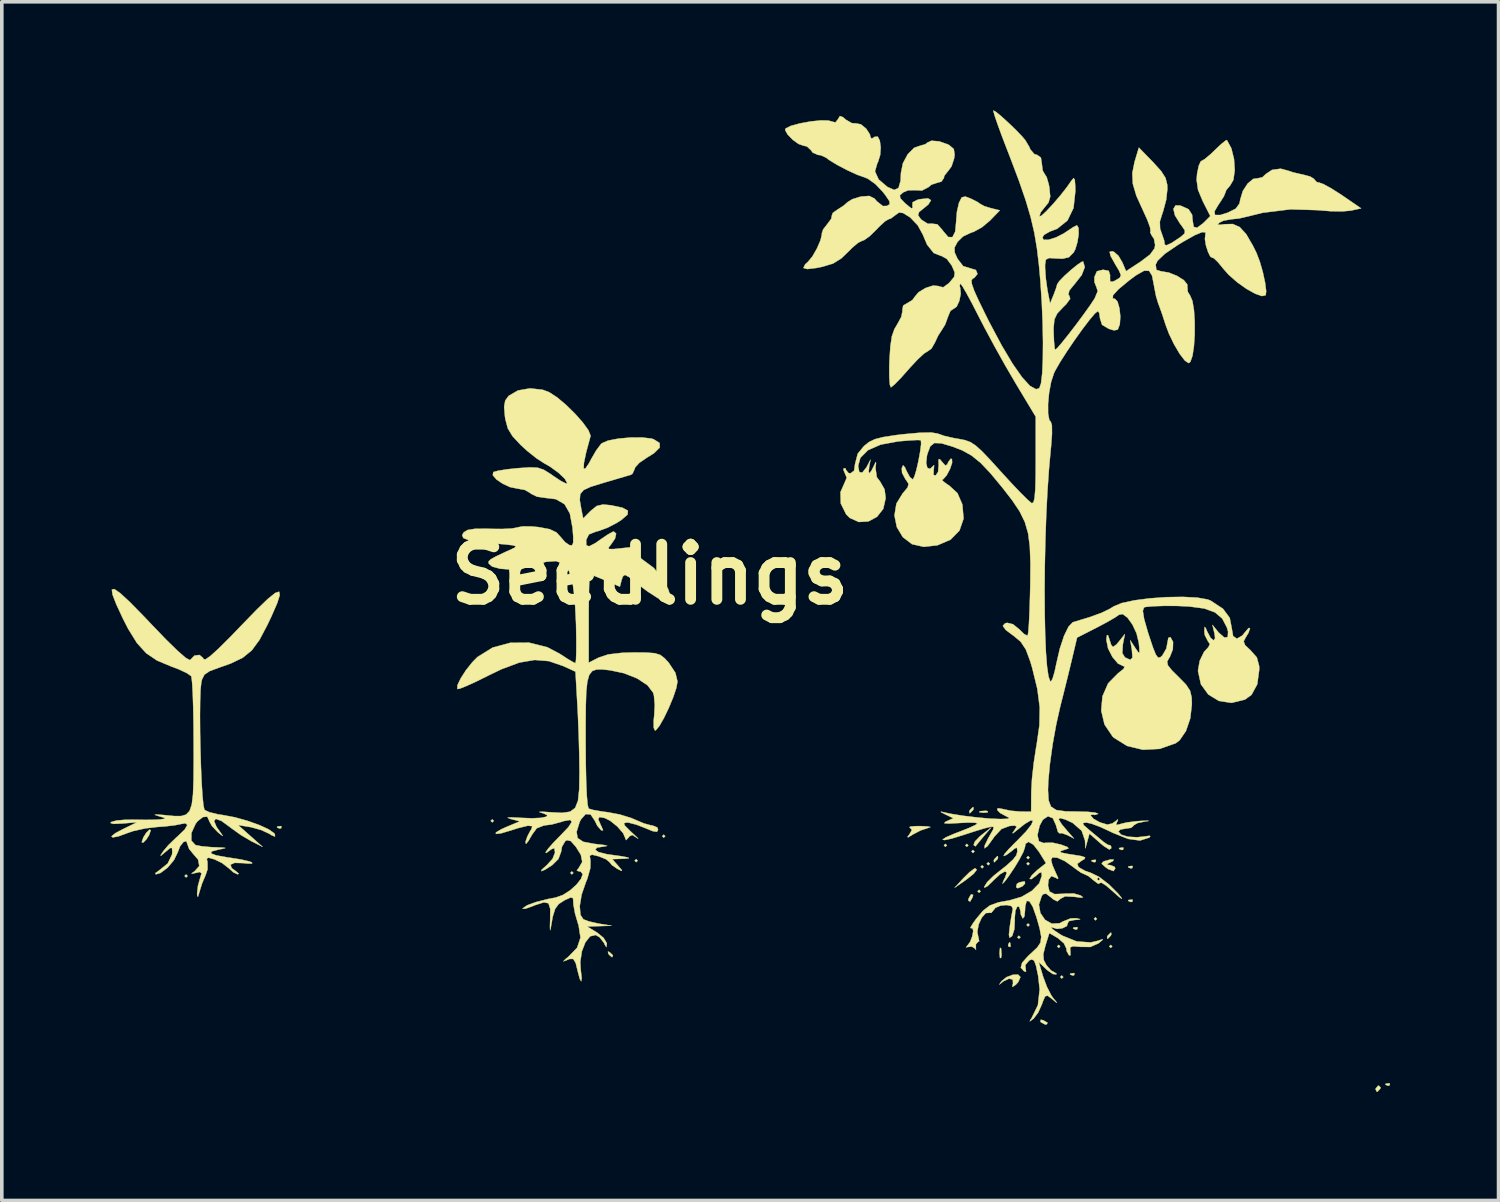
<source format=kicad_pcb>
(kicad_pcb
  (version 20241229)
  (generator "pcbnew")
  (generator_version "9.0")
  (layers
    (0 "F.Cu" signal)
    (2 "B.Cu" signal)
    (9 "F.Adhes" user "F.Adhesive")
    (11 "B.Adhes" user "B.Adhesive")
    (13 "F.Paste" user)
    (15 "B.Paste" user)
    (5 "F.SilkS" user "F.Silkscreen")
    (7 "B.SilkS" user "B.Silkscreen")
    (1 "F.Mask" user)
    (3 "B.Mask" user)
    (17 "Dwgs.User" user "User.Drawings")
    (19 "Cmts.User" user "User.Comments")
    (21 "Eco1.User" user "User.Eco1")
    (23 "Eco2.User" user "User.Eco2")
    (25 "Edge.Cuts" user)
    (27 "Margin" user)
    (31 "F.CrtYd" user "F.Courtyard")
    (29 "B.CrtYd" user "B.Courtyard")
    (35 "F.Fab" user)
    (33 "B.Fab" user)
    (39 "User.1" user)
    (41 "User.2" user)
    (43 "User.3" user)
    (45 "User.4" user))
  (footprint "Seedlings"
    (layer "F.Cu")
    (at 14.922 12.833)
    (property "Reference" "Seedlings" (at 0 0 0) (layer "F.SilkS") (effects (font (size 1.524 1.524) (thickness 0.3))))
    (attr through_hole)
    (fp_poly (pts (xy -12.785 8.34) (xy -12.827 8.382) (xy -12.869 8.34) (xy -12.827 8.297) (xy -12.785 8.34)) (stroke (width 0.01) (type solid)) (fill yes) (layer "F.SilkS"))
    (fp_poly (pts (xy -4.318 6.816) (xy -4.36 6.858) (xy -4.403 6.816) (xy -4.36 6.773) (xy -4.318 6.816)) (stroke (width 0.01) (type solid)) (fill yes) (layer "F.SilkS"))
    (fp_poly (pts (xy -2.117 8.255) (xy -2.159 8.297) (xy -2.201 8.255) (xy -2.159 8.213) (xy -2.117 8.255)) (stroke (width 0.01) (type solid)) (fill yes) (layer "F.SilkS"))
    (fp_poly (pts (xy -0.339 7.916) (xy -0.381 7.959) (xy -0.423 7.916) (xy -0.381 7.874) (xy -0.339 7.916)) (stroke (width 0.01) (type solid)) (fill yes) (layer "F.SilkS"))
    (fp_poly (pts (xy 0.423 7.239) (xy 0.381 7.281) (xy 0.339 7.239) (xy 0.381 7.197) (xy 0.423 7.239)) (stroke (width 0.01) (type solid)) (fill yes) (layer "F.SilkS"))
    (fp_poly (pts (xy 8.213 7.493) (xy 8.17 7.535) (xy 8.128 7.493) (xy 8.17 7.451) (xy 8.213 7.493)) (stroke (width 0.01) (type solid)) (fill yes) (layer "F.SilkS"))
    (fp_poly (pts (xy 8.805 7.493) (xy 8.763 7.535) (xy 8.721 7.493) (xy 8.763 7.451) (xy 8.805 7.493)) (stroke (width 0.01) (type solid)) (fill yes) (layer "F.SilkS"))
    (fp_poly (pts (xy 8.975 7.662) (xy 8.932 7.705) (xy 8.89 7.662) (xy 8.932 7.62) (xy 8.975 7.662)) (stroke (width 0.01) (type solid)) (fill yes) (layer "F.SilkS"))
    (fp_poly (pts (xy 9.144 8.763) (xy 9.102 8.805) (xy 9.059 8.763) (xy 9.102 8.721) (xy 9.144 8.763)) (stroke (width 0.01) (type solid)) (fill yes) (layer "F.SilkS"))
    (fp_poly (pts (xy 9.229 8.086) (xy 9.186 8.128) (xy 9.144 8.086) (xy 9.186 8.043) (xy 9.229 8.086)) (stroke (width 0.01) (type solid)) (fill yes) (layer "F.SilkS"))
    (fp_poly (pts (xy 9.398 8.001) (xy 9.356 8.043) (xy 9.313 8.001) (xy 9.356 7.959) (xy 9.398 8.001)) (stroke (width 0.01) (type solid)) (fill yes) (layer "F.SilkS"))
    (fp_poly (pts (xy 10.245 10.033) (xy 10.202 10.075) (xy 10.16 10.033) (xy 10.202 9.991) (xy 10.245 10.033)) (stroke (width 0.01) (type solid)) (fill yes) (layer "F.SilkS"))
    (fp_poly (pts (xy 10.499 7.832) (xy 10.456 7.874) (xy 10.414 7.832) (xy 10.456 7.789) (xy 10.499 7.832)) (stroke (width 0.01) (type solid)) (fill yes) (layer "F.SilkS"))
    (fp_poly (pts (xy 10.499 8.001) (xy 10.456 8.043) (xy 10.414 8.001) (xy 10.456 7.959) (xy 10.499 8.001)) (stroke (width 0.01) (type solid)) (fill yes) (layer "F.SilkS"))
    (fp_poly (pts (xy 10.499 9.694) (xy 10.456 9.737) (xy 10.414 9.694) (xy 10.456 9.652) (xy 10.499 9.694)) (stroke (width 0.01) (type solid)) (fill yes) (layer "F.SilkS"))
    (fp_poly (pts (xy 11.345 10.287) (xy 11.303 10.329) (xy 11.261 10.287) (xy 11.303 10.245) (xy 11.345 10.287)) (stroke (width 0.01) (type solid)) (fill yes) (layer "F.SilkS"))
    (fp_poly (pts (xy 11.43 11.134) (xy 11.388 11.176) (xy 11.345 11.134) (xy 11.388 11.091) (xy 11.43 11.134)) (stroke (width 0.01) (type solid)) (fill yes) (layer "F.SilkS"))
    (fp_poly (pts (xy 12.361 9.525) (xy 12.319 9.567) (xy 12.277 9.525) (xy 12.319 9.483) (xy 12.361 9.525)) (stroke (width 0.01) (type solid)) (fill yes) (layer "F.SilkS"))
    (fp_poly (pts (xy 12.785 10.287) (xy 12.742 10.329) (xy 12.7 10.287) (xy 12.742 10.245) (xy 12.785 10.287)) (stroke (width 0.01) (type solid)) (fill yes) (layer "F.SilkS"))
    (fp_poly (pts (xy -10.188 6.971) (xy -10.2 7.021) (xy -10.245 7.027) (xy -10.314 6.996) (xy -10.301 6.971) (xy -10.201 6.961) (xy -10.188 6.971)) (stroke (width 0.01) (type solid)) (fill yes) (layer "F.SilkS"))
    (fp_poly (pts (xy 9.335 6.548) (xy 9.345 6.579) (xy 9.229 6.591) (xy 9.108 6.577) (xy 9.123 6.548) (xy 9.296 6.537) (xy 9.335 6.548)) (stroke (width 0.01) (type solid)) (fill yes) (layer "F.SilkS"))
    (fp_poly (pts (xy 9.962 10.188) (xy 9.973 10.289) (xy 9.962 10.301) (xy 9.912 10.289) (xy 9.906 10.245) (xy 9.937 10.175) (xy 9.962 10.188)) (stroke (width 0.01) (type solid)) (fill yes) (layer "F.SilkS"))
    (fp_poly (pts (xy 11.74 11.035) (xy 11.729 11.085) (xy 11.684 11.091) (xy 11.614 11.06) (xy 11.628 11.035) (xy 11.728 11.025) (xy 11.74 11.035)) (stroke (width 0.01) (type solid)) (fill yes) (layer "F.SilkS"))
    (fp_poly (pts (xy 11.825 9.765) (xy 11.813 9.815) (xy 11.769 9.821) (xy 11.699 9.79) (xy 11.712 9.765) (xy 11.813 9.755) (xy 11.825 9.765)) (stroke (width 0.01) (type solid)) (fill yes) (layer "F.SilkS"))
    (fp_poly (pts (xy 12.333 7.902) (xy 12.321 7.953) (xy 12.277 7.959) (xy 12.207 7.928) (xy 12.22 7.902) (xy 12.321 7.892) (xy 12.333 7.902)) (stroke (width 0.01) (type solid)) (fill yes) (layer "F.SilkS"))
    (fp_poly (pts (xy 13.095 7.564) (xy 13.083 7.614) (xy 13.039 7.62) (xy 12.969 7.589) (xy 12.982 7.564) (xy 13.083 7.553) (xy 13.095 7.564)) (stroke (width 0.01) (type solid)) (fill yes) (layer "F.SilkS"))
    (fp_poly (pts (xy 13.349 8.072) (xy 13.337 8.122) (xy 13.293 8.128) (xy 13.223 8.097) (xy 13.236 8.072) (xy 13.337 8.061) (xy 13.349 8.072)) (stroke (width 0.01) (type solid)) (fill yes) (layer "F.SilkS"))
    (fp_poly (pts (xy 13.349 9.003) (xy 13.337 9.053) (xy 13.293 9.059) (xy 13.223 9.028) (xy 13.236 9.003) (xy 13.337 8.993) (xy 13.349 9.003)) (stroke (width 0.01) (type solid)) (fill yes) (layer "F.SilkS"))
    (fp_poly (pts (xy 20.461 14.083) (xy 20.449 14.133) (xy 20.405 14.139) (xy 20.335 14.108) (xy 20.348 14.083) (xy 20.449 14.073) (xy 20.461 14.083)) (stroke (width 0.01) (type solid)) (fill yes) (layer "F.SilkS"))
    (fp_poly (pts (xy -1.114 10.448) (xy -1.023 10.533) (xy -1.042 10.583) (xy -1.053 10.583) (xy -1.125 10.523) (xy -1.151 10.486) (xy -1.161 10.428) (xy -1.114 10.448)) (stroke (width 0.01) (type solid)) (fill yes) (layer "F.SilkS"))
    (fp_poly (pts (xy 8.937 8.862) (xy 8.922 8.928) (xy 8.854 9.047) (xy 8.81 9.027) (xy 8.805 8.98) (xy 8.867 8.865) (xy 8.889 8.848) (xy 8.937 8.862)) (stroke (width 0.01) (type solid)) (fill yes) (layer "F.SilkS"))
    (fp_poly (pts (xy 10.374 8.547) (xy 10.297 8.628) (xy 10.171 8.679) (xy 10.126 8.649) (xy 10.148 8.557) (xy 10.215 8.516) (xy 10.362 8.487) (xy 10.374 8.547)) (stroke (width 0.01) (type solid)) (fill yes) (layer "F.SilkS"))
    (fp_poly (pts (xy 10.875 12.329) (xy 10.994 12.397) (xy 10.974 12.442) (xy 10.927 12.446) (xy 10.812 12.385) (xy 10.796 12.362) (xy 10.809 12.314) (xy 10.875 12.329)) (stroke (width 0.01) (type solid)) (fill yes) (layer "F.SilkS"))
    (fp_poly (pts (xy -13.803 7.075) (xy -13.848 7.207) (xy -13.925 7.329) (xy -14.018 7.421) (xy -14.052 7.403) (xy -14.007 7.271) (xy -13.93 7.149) (xy -13.838 7.057) (xy -13.803 7.075)) (stroke (width 0.01) (type solid)) (fill yes) (layer "F.SilkS"))
    (fp_poly (pts (xy 8.948 6.489) (xy 8.932 6.519) (xy 8.853 6.6) (xy 8.838 6.604) (xy 8.832 6.549) (xy 8.848 6.519) (xy 8.927 6.438) (xy 8.942 6.435) (xy 8.948 6.489)) (stroke (width 0.01) (type solid)) (fill yes) (layer "F.SilkS"))
    (fp_poly (pts (xy 9.625 7.844) (xy 9.61 7.874) (xy 9.53 7.955) (xy 9.515 7.959) (xy 9.509 7.904) (xy 9.525 7.874) (xy 9.605 7.793) (xy 9.62 7.789) (xy 9.625 7.844)) (stroke (width 0.01) (type solid)) (fill yes) (layer "F.SilkS"))
    (fp_poly (pts (xy 9.706 10.338) (xy 9.711 10.352) (xy 9.723 10.537) (xy 9.708 10.606) (xy 9.68 10.609) (xy 9.668 10.476) (xy 9.669 10.456) (xy 9.681 10.325) (xy 9.706 10.338)) (stroke (width 0.01) (type solid)) (fill yes) (layer "F.SilkS"))
    (fp_poly (pts (xy 12.758 9.961) (xy 12.742 9.991) (xy 12.663 10.072) (xy 12.648 10.075) (xy 12.642 10.021) (xy 12.658 9.991) (xy 12.737 9.91) (xy 12.752 9.906) (xy 12.758 9.961)) (stroke (width 0.01) (type solid)) (fill yes) (layer "F.SilkS"))
    (fp_poly (pts (xy 20.206 14.191) (xy 20.193 14.224) (xy 20.117 14.305) (xy 20.103 14.309) (xy 20.067 14.243) (xy 20.066 14.224) (xy 20.131 14.143) (xy 20.156 14.139) (xy 20.206 14.191)) (stroke (width 0.01) (type solid)) (fill yes) (layer "F.SilkS"))
    (fp_poly (pts (xy 9.038 8.169) (xy 8.951 8.279) (xy 8.748 8.441) (xy 8.697 8.477) (xy 8.424 8.665) (xy 8.673 8.396) (xy 8.842 8.231) (xy 8.969 8.137) (xy 8.996 8.128) (xy 9.038 8.169)) (stroke (width 0.01) (type solid)) (fill yes) (layer "F.SilkS"))
    (fp_poly (pts (xy 9.229 7.244) (xy 9.09 7.41) (xy 9.01 7.51) (xy 9.004 7.52) (xy 8.961 7.492) (xy 8.952 7.477) (xy 8.986 7.387) (xy 9.121 7.247) (xy 9.176 7.201) (xy 9.44 6.995) (xy 9.229 7.244)) (stroke (width 0.01) (type solid)) (fill yes) (layer "F.SilkS"))
    (fp_poly (pts (xy 7.691 6.97) (xy 7.758 6.988) (xy 7.711 7.004) (xy 7.484 7.08) (xy 7.288 7.182) (xy 7.144 7.269) (xy 7.12 7.263) (xy 7.179 7.182) (xy 7.246 7.065) (xy 7.187 7.003) (xy 7.179 7) (xy 7.19 6.976) (xy 7.336 6.962) (xy 7.493 6.961) (xy 7.691 6.97)) (stroke (width 0.01) (type solid)) (fill yes) (layer "F.SilkS"))
    (fp_poly (pts (xy 12.824 7.886) (xy 12.805 7.926) (xy 12.742 7.959) (xy 12.633 8.015) (xy 12.677 8.035) (xy 12.721 8.037) (xy 12.847 8.083) (xy 12.869 8.128) (xy 12.819 8.205) (xy 12.671 8.149) (xy 12.592 8.093) (xy 12.491 8) (xy 12.529 7.947) (xy 12.577 7.926) (xy 12.735 7.883) (xy 12.824 7.886)) (stroke (width 0.01) (type solid)) (fill yes) (layer "F.SilkS"))
    (fp_poly (pts (xy 10.245 11.134) (xy 10.245 11.135) (xy 10.185 11.272) (xy 10.116 11.347) (xy 10.024 11.409) (xy 10.03 11.342) (xy 10.04 11.315) (xy 10.034 11.203) (xy 9.93 11.179) (xy 9.776 11.25) (xy 9.737 11.282) (xy 9.661 11.343) (xy 9.696 11.284) (xy 9.722 11.249) (xy 9.859 11.137) (xy 10.032 11.072) (xy 10.18 11.066) (xy 10.245 11.134)) (stroke (width 0.01) (type solid)) (fill yes) (layer "F.SilkS"))
    (fp_poly (pts (xy -14.649 0.518) (xy -14.39 0.757) (xy -14.029 1.124) (xy -13.805 1.359) (xy -13.383 1.799) (xy -13.059 2.115) (xy -12.838 2.307) (xy -12.722 2.37) (xy -12.705 2.36) (xy -12.597 2.246) (xy -12.455 2.228) (xy -12.355 2.313) (xy -12.347 2.341) (xy -12.293 2.353) (xy -12.154 2.256) (xy -11.922 2.046) (xy -11.591 1.716) (xy -11.282 1.395) (xy -10.871 0.972) (xy -10.566 0.678) (xy -10.361 0.513) (xy -10.253 0.478) (xy -10.236 0.572) (xy -10.307 0.796) (xy -10.461 1.15) (xy -10.582 1.404) (xy -10.798 1.813) (xy -11.009 2.1) (xy -11.259 2.304) (xy -11.594 2.465) (xy -11.914 2.578) (xy -12.176 2.675) (xy -12.319 2.772) (xy -12.388 2.908) (xy -12.406 2.99) (xy -12.427 3.192) (xy -12.438 3.51) (xy -12.442 3.915) (xy -12.439 4.374) (xy -12.429 4.856) (xy -12.415 5.33) (xy -12.396 5.763) (xy -12.373 6.126) (xy -12.347 6.385) (xy -12.319 6.51) (xy -12.316 6.514) (xy -12.185 6.576) (xy -11.951 6.633) (xy -11.808 6.655) (xy -11.482 6.716) (xy -11.134 6.813) (xy -10.807 6.929) (xy -10.545 7.049) (xy -10.391 7.157) (xy -10.372 7.186) (xy -10.368 7.251) (xy -10.463 7.212) (xy -10.527 7.171) (xy -10.748 7.069) (xy -11.022 6.992) (xy -11.058 6.986) (xy -11.388 6.932) (xy -11.049 7.233) (xy -10.71 7.534) (xy -11.023 7.377) (xy -11.307 7.21) (xy -11.58 7.014) (xy -11.601 6.997) (xy -11.849 6.817) (xy -12.004 6.76) (xy -12.053 6.819) (xy -11.983 6.985) (xy -11.862 7.154) (xy -11.81 7.232) (xy -11.874 7.192) (xy -11.96 7.118) (xy -12.114 6.954) (xy -12.19 6.816) (xy -12.192 6.801) (xy -12.242 6.699) (xy -12.361 6.71) (xy -12.505 6.822) (xy -12.563 6.897) (xy -12.679 7.151) (xy -12.681 7.36) (xy -12.569 7.483) (xy -12.566 7.484) (xy -12.403 7.517) (xy -12.15 7.541) (xy -12.037 7.546) (xy -11.809 7.555) (xy -11.739 7.566) (xy -11.817 7.588) (xy -11.938 7.611) (xy -12.12 7.661) (xy -12.137 7.715) (xy -11.991 7.77) (xy -11.686 7.825) (xy -11.594 7.838) (xy -11.312 7.883) (xy -11.088 7.934) (xy -11.007 7.964) (xy -11 7.995) (xy -11.132 7.996) (xy -11.239 7.984) (xy -11.485 7.977) (xy -11.599 8.027) (xy -11.566 8.122) (xy -11.451 8.206) (xy -11.37 8.274) (xy -11.396 8.295) (xy -11.518 8.24) (xy -11.637 8.133) (xy -11.828 7.984) (xy -12.036 7.882) (xy -12.205 7.833) (xy -12.255 7.863) (xy -12.234 7.958) (xy -12.233 8.156) (xy -12.287 8.315) (xy -12.385 8.547) (xy -12.452 8.763) (xy -12.495 8.91) (xy -12.517 8.897) (xy -12.522 8.832) (xy -12.498 8.61) (xy -12.446 8.424) (xy -12.399 8.269) (xy -12.445 8.23) (xy -12.552 8.253) (xy -12.676 8.281) (xy -12.649 8.248) (xy -12.594 8.213) (xy -12.461 8.063) (xy -12.494 7.886) (xy -12.615 7.747) (xy -12.743 7.59) (xy -12.785 7.473) (xy -12.819 7.375) (xy -12.9 7.4) (xy -12.993 7.52) (xy -13.057 7.684) (xy -13.163 7.903) (xy -13.339 8.111) (xy -13.535 8.257) (xy -13.664 8.295) (xy -13.677 8.261) (xy -13.589 8.2) (xy -13.334 7.994) (xy -13.214 7.744) (xy -13.208 7.675) (xy -13.216 7.564) (xy -13.269 7.568) (xy -13.393 7.67) (xy -13.519 7.778) (xy -13.532 7.769) (xy -13.456 7.653) (xy -13.312 7.483) (xy -13.108 7.285) (xy -13.06 7.243) (xy -12.866 7.057) (xy -12.792 6.93) (xy -12.843 6.881) (xy -12.961 6.902) (xy -13.142 6.938) (xy -13.42 6.97) (xy -13.619 6.984) (xy -13.959 7.024) (xy -14.287 7.097) (xy -14.427 7.145) (xy -14.698 7.244) (xy -14.856 7.274) (xy -14.889 7.242) (xy -14.782 7.156) (xy -14.605 7.061) (xy -14.182 6.854) (xy -14.595 6.889) (xy -14.836 6.899) (xy -14.917 6.874) (xy -14.892 6.846) (xy -14.748 6.806) (xy -14.496 6.784) (xy -14.266 6.783) (xy -13.952 6.788) (xy -13.677 6.784) (xy -13.547 6.776) (xy -13.412 6.757) (xy -13.425 6.732) (xy -13.589 6.683) (xy -13.693 6.648) (xy -13.642 6.639) (xy -13.43 6.655) (xy -13.406 6.658) (xy -13.157 6.682) (xy -12.967 6.683) (xy -12.828 6.643) (xy -12.731 6.543) (xy -12.669 6.362) (xy -12.635 6.082) (xy -12.62 5.684) (xy -12.616 5.148) (xy -12.617 4.717) (xy -12.62 4.178) (xy -12.629 3.694) (xy -12.642 3.291) (xy -12.659 2.996) (xy -12.678 2.835) (xy -12.684 2.816) (xy -12.795 2.735) (xy -13.016 2.63) (xy -13.252 2.54) (xy -13.631 2.381) (xy -13.931 2.178) (xy -14.185 1.898) (xy -14.428 1.506) (xy -14.579 1.21) (xy -14.758 0.824) (xy -14.86 0.56) (xy -14.879 0.42) (xy -14.81 0.406) (xy -14.649 0.518)) (stroke (width 0.01) (type solid)) (fill yes) (layer "F.SilkS"))
    (fp_poly (pts (xy -2.966 -5.105) (xy -2.787 -5.038) (xy -2.568 -4.896) (xy -2.318 -4.686) (xy -2.07 -4.442) (xy -1.853 -4.196) (xy -1.7 -3.984) (xy -1.642 -3.837) (xy -1.644 -3.819) (xy -1.762 -3.382) (xy -1.825 -3.084) (xy -1.833 -2.93) (xy -1.787 -2.924) (xy -1.686 -3.072) (xy -1.621 -3.194) (xy -1.488 -3.424) (xy -1.36 -3.596) (xy -1.328 -3.627) (xy -1.157 -3.7) (xy -0.875 -3.754) (xy -0.543 -3.784) (xy -0.218 -3.786) (xy 0.04 -3.756) (xy 0.104 -3.736) (xy 0.267 -3.633) (xy 0.271 -3.507) (xy 0.114 -3.352) (xy -0.089 -3.225) (xy -0.291 -3.087) (xy -0.41 -2.956) (xy -0.423 -2.913) (xy -0.484 -2.781) (xy -0.529 -2.754) (xy -0.657 -2.716) (xy -0.9 -2.644) (xy -1.211 -2.553) (xy -1.291 -2.529) (xy -1.631 -2.425) (xy -1.834 -2.332) (xy -1.928 -2.219) (xy -1.94 -2.053) (xy -1.897 -1.801) (xy -1.846 -1.548) (xy -1.637 -1.758) (xy -1.471 -1.892) (xy -1.296 -1.933) (xy -1.082 -1.912) (xy -0.763 -1.845) (xy -0.61 -1.764) (xy -0.617 -1.657) (xy -0.781 -1.512) (xy -0.91 -1.428) (xy -1.172 -1.291) (xy -1.428 -1.198) (xy -1.482 -1.186) (xy -1.686 -1.107) (xy -1.763 -0.953) (xy -1.76 -0.807) (xy -1.683 -0.776) (xy -1.514 -0.862) (xy -1.355 -0.974) (xy -1.161 -1.105) (xy -1.024 -1.179) (xy -1 -1.185) (xy -0.934 -1.128) (xy -0.965 -0.99) (xy -1.074 -0.83) (xy -1.144 -0.743) (xy -1.131 -0.702) (xy -1.009 -0.7) (xy -0.749 -0.727) (xy -0.725 -0.73) (xy -0.452 -0.758) (xy -0.312 -0.754) (xy -0.27 -0.709) (xy -0.288 -0.62) (xy -0.284 -0.468) (xy -0.137 -0.359) (xy 0.104 -0.181) (xy 0.335 0.097) (xy 0.507 0.412) (xy 0.562 0.59) (xy 0.581 0.769) (xy 0.551 0.837) (xy 0.542 0.835) (xy 0.261 0.683) (xy -0.065 0.473) (xy -0.354 0.257) (xy -0.384 0.233) (xy -0.583 0.07) (xy -0.693 0.014) (xy -0.752 0.06) (xy -0.787 0.17) (xy -0.831 0.339) (xy -1.227 0.17) (xy -1.459 0.073) (xy -1.619 0.011) (xy -1.658 0) (xy -1.671 0.08) (xy -1.681 0.299) (xy -1.689 0.628) (xy -1.693 1.036) (xy -1.693 1.221) (xy -1.693 2.442) (xy -1.418 2.301) (xy -1.152 2.213) (xy -0.767 2.168) (xy -0.438 2.159) (xy -0.09 2.162) (xy 0.135 2.18) (xy 0.284 2.226) (xy 0.401 2.315) (xy 0.515 2.436) (xy 0.705 2.723) (xy 0.762 2.963) (xy 0.729 3.144) (xy 0.642 3.402) (xy 0.522 3.69) (xy 0.389 3.967) (xy 0.264 4.187) (xy 0.165 4.308) (xy 0.14 4.318) (xy 0.105 4.242) (xy 0.103 4.047) (xy 0.118 3.904) (xy 0.134 3.611) (xy 0.111 3.352) (xy 0.09 3.273) (xy -0.067 3.066) (xy -0.351 2.878) (xy -0.719 2.732) (xy -1.105 2.651) (xy -1.315 2.628) (xy -1.476 2.629) (xy -1.595 2.673) (xy -1.678 2.778) (xy -1.731 2.965) (xy -1.761 3.251) (xy -1.774 3.657) (xy -1.778 4.201) (xy -1.778 4.62) (xy -1.774 5.223) (xy -1.763 5.728) (xy -1.746 6.116) (xy -1.723 6.371) (xy -1.696 6.475) (xy -1.695 6.476) (xy -1.569 6.514) (xy -1.336 6.555) (xy -1.166 6.577) (xy -0.836 6.639) (xy -0.517 6.737) (xy -0.406 6.785) (xy -0.167 6.886) (xy 0.032 6.94) (xy 0.067 6.943) (xy 0.199 6.994) (xy 0.226 7.059) (xy 0.194 7.118) (xy 0.077 7.1) (xy -0.12 7.019) (xy -0.372 6.921) (xy -0.585 6.866) (xy -0.635 6.861) (xy -0.718 6.878) (xy -0.696 6.944) (xy -0.556 7.086) (xy -0.504 7.134) (xy -0.363 7.266) (xy -0.323 7.311) (xy -0.361 7.285) (xy -0.49 7.205) (xy -0.569 7.245) (xy -0.597 7.285) (xy -0.662 7.349) (xy -0.676 7.307) (xy -0.742 7.154) (xy -0.902 6.971) (xy -1.1 6.812) (xy -1.249 6.737) (xy -1.398 6.709) (xy -1.429 6.772) (xy -1.351 6.95) (xy -1.346 6.958) (xy -1.295 7.078) (xy -1.341 7.078) (xy -1.351 7.072) (xy -1.456 6.95) (xy -1.527 6.807) (xy -1.641 6.638) (xy -1.777 6.628) (xy -1.909 6.777) (xy -1.945 6.851) (xy -2.028 7.118) (xy -2.001 7.29) (xy -1.845 7.394) (xy -1.541 7.451) (xy -1.481 7.458) (xy -1.264 7.484) (xy -1.18 7.507) (xy -1.247 7.521) (xy -1.249 7.521) (xy -1.46 7.554) (xy -1.515 7.612) (xy -1.425 7.678) (xy -1.198 7.736) (xy -1.122 7.747) (xy -0.784 7.794) (xy -0.606 7.828) (xy -0.579 7.849) (xy -0.695 7.862) (xy -0.754 7.864) (xy -1.042 7.874) (xy -0.881 8.056) (xy -0.774 8.181) (xy -0.784 8.2) (xy -0.903 8.141) (xy -1.056 8.035) (xy -1.114 7.96) (xy -1.208 7.88) (xy -1.398 7.802) (xy -1.418 7.795) (xy -1.601 7.751) (xy -1.664 7.781) (xy -1.646 7.906) (xy -1.644 7.915) (xy -1.649 8.126) (xy -1.73 8.413) (xy -1.771 8.512) (xy -1.89 8.857) (xy -1.941 9.172) (xy -1.921 9.416) (xy -1.841 9.538) (xy -1.694 9.594) (xy -1.46 9.648) (xy -1.397 9.66) (xy -1.058 9.715) (xy -1.397 9.726) (xy -1.736 9.737) (xy -1.46 9.905) (xy -1.282 10.051) (xy -1.193 10.197) (xy -1.191 10.222) (xy -1.205 10.308) (xy -1.248 10.242) (xy -1.268 10.193) (xy -1.395 10.031) (xy -1.505 9.971) (xy -1.654 10.009) (xy -1.785 10.174) (xy -1.882 10.423) (xy -1.926 10.715) (xy -1.914 10.93) (xy -1.887 11.166) (xy -1.9 11.253) (xy -1.94 11.185) (xy -1.993 10.986) (xy -2.054 10.741) (xy -2.121 10.634) (xy -2.223 10.634) (xy -2.312 10.672) (xy -2.395 10.701) (xy -2.337 10.639) (xy -2.258 10.576) (xy -2.012 10.322) (xy -1.92 10.043) (xy -1.973 9.701) (xy -1.993 9.644) (xy -2.071 9.375) (xy -2.114 9.139) (xy -2.117 9.089) (xy -2.126 8.956) (xy -2.187 8.932) (xy -2.344 9.003) (xy -2.369 9.016) (xy -2.522 9.115) (xy -2.621 9.249) (xy -2.688 9.463) (xy -2.743 9.779) (xy -2.759 9.84) (xy -2.765 9.751) (xy -2.759 9.546) (xy -2.757 9.247) (xy -2.805 9.095) (xy -2.932 9.068) (xy -3.169 9.144) (xy -3.266 9.183) (xy -3.441 9.244) (xy -3.519 9.245) (xy -3.516 9.232) (xy -3.393 9.149) (xy -3.144 9.059) (xy -2.812 8.975) (xy -2.609 8.937) (xy -2.408 8.866) (xy -2.206 8.736) (xy -2.03 8.578) (xy -1.906 8.419) (xy -1.859 8.29) (xy -1.915 8.218) (xy -1.964 8.213) (xy -2.023 8.188) (xy -1.964 8.111) (xy -1.872 7.95) (xy -1.91 7.754) (xy -2.047 7.534) (xy -2.189 7.374) (xy -2.296 7.349) (xy -2.343 7.378) (xy -2.433 7.532) (xy -2.455 7.667) (xy -2.531 7.87) (xy -2.701 8.038) (xy -2.897 8.164) (xy -3.002 8.208) (xy -2.995 8.169) (xy -2.86 8.047) (xy -2.848 8.037) (xy -2.693 7.866) (xy -2.625 7.694) (xy -2.625 7.688) (xy -2.644 7.57) (xy -2.726 7.6) (xy -2.752 7.62) (xy -2.869 7.705) (xy -2.886 7.686) (xy -2.815 7.585) (xy -2.672 7.422) (xy -2.487 7.233) (xy -2.255 6.99) (xy -2.161 6.844) (xy -2.203 6.789) (xy -2.381 6.821) (xy -2.464 6.848) (xy -2.715 6.915) (xy -2.931 6.943) (xy -3.13 7.02) (xy -3.26 7.197) (xy -3.358 7.368) (xy -3.424 7.45) (xy -3.429 7.451) (xy -3.438 7.388) (xy -3.389 7.246) (xy -3.308 7.091) (xy -3.278 7.048) (xy -3.254 6.961) (xy -3.377 6.95) (xy -3.65 7.017) (xy -3.842 7.079) (xy -4.117 7.16) (xy -4.259 7.176) (xy -4.259 7.136) (xy -4.108 7.047) (xy -3.962 6.981) (xy -3.598 6.829) (xy -3.852 6.762) (xy -3.937 6.729) (xy -3.856 6.718) (xy -3.608 6.73) (xy -3.58 6.732) (xy -3.258 6.744) (xy -3.012 6.732) (xy -2.865 6.701) (xy -2.838 6.657) (xy -2.954 6.605) (xy -3.006 6.592) (xy -3.063 6.568) (xy -2.972 6.563) (xy -2.752 6.577) (xy -2.746 6.578) (xy -2.428 6.594) (xy -2.208 6.562) (xy -2.068 6.458) (xy -1.989 6.258) (xy -1.955 5.937) (xy -1.948 5.476) (xy -1.954 5.001) (xy -1.969 4.446) (xy -1.991 3.899) (xy -2.004 3.652) (xy -2.059 2.689) (xy -2.405 2.532) (xy -2.796 2.398) (xy -3.187 2.366) (xy -3.611 2.438) (xy -4.103 2.621) (xy -4.458 2.792) (xy -4.794 2.959) (xy -5.073 3.086) (xy -5.261 3.16) (xy -5.325 3.17) (xy -5.323 3.065) (xy -5.234 2.877) (xy -5.087 2.649) (xy -4.909 2.426) (xy -4.768 2.284) (xy -4.351 2.024) (xy -3.862 1.892) (xy -3.344 1.888) (xy -2.839 2.014) (xy -2.494 2.195) (xy -2.273 2.339) (xy -2.112 2.433) (xy -2.06 2.455) (xy -2.045 2.376) (xy -2.037 2.158) (xy -2.036 1.834) (xy -2.042 1.433) (xy -2.045 1.332) (xy -2.077 0.708) (xy -2.137 0.239) (xy -2.237 -0.087) (xy -2.386 -0.285) (xy -2.597 -0.368) (xy -2.877 -0.347) (xy -3.24 -0.238) (xy -3.285 -0.221) (xy -3.556 -0.155) (xy -3.861 -0.135) (xy -4.147 -0.157) (xy -4.365 -0.217) (xy -4.461 -0.303) (xy -4.461 -0.357) (xy -4.404 -0.416) (xy -4.259 -0.497) (xy -4 -0.619) (xy -3.852 -0.685) (xy -3.736 -0.741) (xy -3.709 -0.779) (xy -3.794 -0.805) (xy -4.01 -0.83) (xy -4.276 -0.852) (xy -4.717 -0.895) (xy -5.006 -0.944) (xy -5.159 -1.005) (xy -5.193 -1.084) (xy -5.151 -1.16) (xy -5.044 -1.227) (xy -4.844 -1.26) (xy -4.518 -1.263) (xy -4.407 -1.259) (xy -4.084 -1.256) (xy -3.821 -1.269) (xy -3.669 -1.296) (xy -3.66 -1.301) (xy -3.521 -1.327) (xy -3.278 -1.326) (xy -3.084 -1.308) (xy -2.772 -1.25) (xy -2.581 -1.158) (xy -2.488 -1.055) (xy -2.344 -0.89) (xy -2.227 -0.81) (xy -2.155 -0.802) (xy -2.122 -0.873) (xy -2.122 -1.055) (xy -2.14 -1.284) (xy -2.214 -1.683) (xy -2.361 -1.941) (xy -2.598 -2.079) (xy -2.889 -2.115) (xy -3.123 -2.149) (xy -3.29 -2.231) (xy -3.302 -2.244) (xy -3.458 -2.335) (xy -3.672 -2.374) (xy -3.867 -2.413) (xy -4.071 -2.507) (xy -4.245 -2.626) (xy -4.345 -2.743) (xy -4.331 -2.828) (xy -4.327 -2.831) (xy -4.2 -2.866) (xy -3.957 -2.905) (xy -3.648 -2.938) (xy -3.638 -2.938) (xy -3.318 -2.96) (xy -3.105 -2.95) (xy -2.935 -2.893) (xy -2.747 -2.776) (xy -2.664 -2.717) (xy -2.459 -2.581) (xy -2.322 -2.514) (xy -2.286 -2.52) (xy -2.353 -2.643) (xy -2.525 -2.807) (xy -2.756 -2.976) (xy -2.93 -3.076) (xy -3.137 -3.21) (xy -3.393 -3.414) (xy -3.573 -3.578) (xy -3.802 -3.824) (xy -3.931 -4.039) (xy -3.998 -4.291) (xy -4.009 -4.362) (xy -4.032 -4.636) (xy -4.001 -4.808) (xy -3.908 -4.935) (xy -3.652 -5.085) (xy -3.316 -5.144) (xy -2.966 -5.105)) (stroke (width 0.01) (type solid)) (fill yes) (layer "F.SilkS"))
    (fp_poly (pts (xy 9.567 -12.79) (xy 9.719 -12.665) (xy 9.914 -12.488) (xy 10.117 -12.293) (xy 10.289 -12.114) (xy 10.376 -12.012) (xy 10.486 -11.828) (xy 10.521 -11.748) (xy 10.63 -11.622) (xy 10.708 -11.599) (xy 10.811 -11.525) (xy 10.837 -11.352) (xy 10.86 -11.167) (xy 10.912 -11.077) (xy 10.971 -10.984) (xy 11.029 -10.783) (xy 11.045 -10.696) (xy 11.069 -10.445) (xy 11.021 -10.28) (xy 10.923 -10.161) (xy 10.803 -10.008) (xy 10.769 -9.898) (xy 10.829 -9.921) (xy 10.964 -10.046) (xy 11.144 -10.239) (xy 11.341 -10.468) (xy 11.525 -10.701) (xy 11.658 -10.891) (xy 11.716 -10.959) (xy 11.748 -10.913) (xy 11.761 -10.732) (xy 11.764 -10.599) (xy 11.713 -10.131) (xy 11.546 -9.785) (xy 11.26 -9.556) (xy 11.057 -9.48) (xy 10.902 -9.391) (xy 10.854 -9.32) (xy 10.885 -9.251) (xy 11.022 -9.253) (xy 11.224 -9.316) (xy 11.447 -9.43) (xy 11.532 -9.487) (xy 11.701 -9.599) (xy 11.804 -9.652) (xy 11.808 -9.652) (xy 11.852 -9.581) (xy 11.855 -9.407) (xy 11.822 -9.19) (xy 11.762 -8.989) (xy 11.716 -8.901) (xy 11.586 -8.77) (xy 11.408 -8.728) (xy 11.25 -8.736) (xy 11.038 -8.748) (xy 10.947 -8.703) (xy 10.926 -8.561) (xy 10.927 -8.469) (xy 10.948 -8.177) (xy 10.992 -7.862) (xy 10.998 -7.832) (xy 11.065 -7.493) (xy 11.163 -7.731) (xy 11.232 -7.915) (xy 11.261 -8.02) (xy 11.317 -8.106) (xy 11.457 -8.251) (xy 11.638 -8.414) (xy 11.814 -8.558) (xy 11.943 -8.644) (xy 11.98 -8.651) (xy 12.024 -8.496) (xy 11.939 -8.276) (xy 11.758 -8.046) (xy 11.598 -7.851) (xy 11.57 -7.736) (xy 11.597 -7.706) (xy 11.621 -7.621) (xy 11.509 -7.469) (xy 11.426 -7.388) (xy 11.263 -7.215) (xy 11.184 -7.049) (xy 11.162 -6.818) (xy 11.163 -6.686) (xy 11.174 -6.43) (xy 11.192 -6.254) (xy 11.204 -6.209) (xy 11.264 -6.258) (xy 11.397 -6.413) (xy 11.579 -6.641) (xy 11.786 -6.91) (xy 11.992 -7.188) (xy 12.173 -7.442) (xy 12.298 -7.63) (xy 12.382 -7.833) (xy 12.349 -7.937) (xy 12.292 -8.082) (xy 12.291 -8.224) (xy 12.361 -8.382) (xy 12.531 -8.424) (xy 12.687 -8.394) (xy 12.725 -8.272) (xy 12.722 -8.231) (xy 12.725 -8.096) (xy 12.809 -8.098) (xy 12.87 -8.128) (xy 12.99 -8.2) (xy 13.025 -8.273) (xy 12.972 -8.399) (xy 12.87 -8.57) (xy 12.739 -8.804) (xy 12.711 -8.92) (xy 12.782 -8.935) (xy 12.831 -8.919) (xy 12.956 -8.81) (xy 13.064 -8.626) (xy 13.166 -8.384) (xy 13.568 -8.647) (xy 13.83 -8.845) (xy 13.953 -9.015) (xy 13.97 -9.107) (xy 13.937 -9.282) (xy 13.884 -9.357) (xy 13.833 -9.454) (xy 13.843 -9.483) (xy 13.831 -9.591) (xy 13.755 -9.801) (xy 13.642 -10.049) (xy 13.451 -10.468) (xy 13.353 -10.801) (xy 13.339 -11.097) (xy 13.401 -11.406) (xy 13.407 -11.426) (xy 13.52 -11.802) (xy 13.915 -11.397) (xy 14.136 -11.152) (xy 14.257 -10.963) (xy 14.304 -10.777) (xy 14.309 -10.662) (xy 14.275 -10.355) (xy 14.191 -10.041) (xy 14.178 -10.007) (xy 14.1 -9.755) (xy 14.107 -9.558) (xy 14.15 -9.434) (xy 14.217 -9.241) (xy 14.237 -9.12) (xy 14.236 -9.119) (xy 14.282 -9.099) (xy 14.428 -9.167) (xy 14.641 -9.307) (xy 14.684 -9.338) (xy 14.786 -9.428) (xy 14.791 -9.512) (xy 14.693 -9.655) (xy 14.662 -9.694) (xy 14.518 -9.927) (xy 14.475 -10.106) (xy 14.535 -10.203) (xy 14.668 -10.199) (xy 14.894 -10.098) (xy 14.992 -9.945) (xy 15.007 -9.785) (xy 15.036 -9.61) (xy 15.13 -9.585) (xy 15.296 -9.709) (xy 15.326 -9.738) (xy 15.496 -9.908) (xy 15.289 -10.315) (xy 15.156 -10.633) (xy 15.117 -10.908) (xy 15.13 -11.077) (xy 15.174 -11.294) (xy 15.229 -11.418) (xy 15.248 -11.43) (xy 15.344 -11.485) (xy 15.511 -11.626) (xy 15.624 -11.735) (xy 15.801 -11.902) (xy 15.923 -11.999) (xy 15.954 -12.01) (xy 16.077 -11.783) (xy 16.151 -11.485) (xy 16.171 -11.174) (xy 16.134 -10.908) (xy 16.044 -10.753) (xy 15.938 -10.629) (xy 15.917 -10.57) (xy 15.871 -10.455) (xy 15.757 -10.275) (xy 15.733 -10.242) (xy 15.612 -10.04) (xy 15.625 -9.939) (xy 15.774 -9.938) (xy 15.979 -10.003) (xy 16.2 -10.113) (xy 16.302 -10.254) (xy 16.326 -10.375) (xy 16.395 -10.602) (xy 16.527 -10.805) (xy 16.681 -10.935) (xy 16.807 -10.953) (xy 16.935 -10.98) (xy 17.03 -11.07) (xy 17.203 -11.185) (xy 17.443 -11.218) (xy 17.657 -11.16) (xy 17.788 -11.116) (xy 18.008 -11.065) (xy 18.055 -11.056) (xy 18.259 -11.001) (xy 18.367 -10.934) (xy 18.373 -10.918) (xy 18.441 -10.846) (xy 18.497 -10.837) (xy 18.624 -10.792) (xy 18.843 -10.672) (xy 19.11 -10.502) (xy 19.144 -10.479) (xy 19.666 -10.121) (xy 19.379 -10.059) (xy 19.15 -10.038) (xy 18.824 -10.043) (xy 18.471 -10.071) (xy 18.469 -10.072) (xy 17.715 -10.095) (xy 16.945 -10) (xy 16.546 -9.901) (xy 16.29 -9.842) (xy 16.081 -9.82) (xy 15.865 -9.783) (xy 15.748 -9.728) (xy 15.696 -9.672) (xy 15.784 -9.668) (xy 15.886 -9.683) (xy 16.115 -9.689) (xy 16.308 -9.605) (xy 16.488 -9.409) (xy 16.678 -9.081) (xy 16.772 -8.89) (xy 16.865 -8.646) (xy 16.949 -8.353) (xy 17.011 -8.065) (xy 17.04 -7.834) (xy 17.028 -7.72) (xy 16.923 -7.696) (xy 16.732 -7.764) (xy 16.489 -7.9) (xy 16.233 -8.083) (xy 16.001 -8.288) (xy 15.866 -8.44) (xy 15.709 -8.631) (xy 15.594 -8.742) (xy 15.557 -8.755) (xy 15.499 -8.783) (xy 15.432 -8.918) (xy 15.374 -9.101) (xy 15.346 -9.273) (xy 15.355 -9.354) (xy 15.364 -9.455) (xy 15.272 -9.465) (xy 15.07 -9.382) (xy 14.747 -9.2) (xy 14.605 -9.114) (xy 14.241 -8.867) (xy 14.035 -8.671) (xy 13.985 -8.566) (xy 14.004 -8.42) (xy 14.131 -8.382) (xy 14.35 -8.345) (xy 14.578 -8.253) (xy 14.765 -8.134) (xy 14.86 -8.016) (xy 14.86 -7.972) (xy 14.872 -7.816) (xy 14.935 -7.714) (xy 15.001 -7.562) (xy 15.044 -7.305) (xy 15.064 -6.983) (xy 15.064 -6.639) (xy 15.043 -6.313) (xy 15.003 -6.045) (xy 14.944 -5.878) (xy 14.895 -5.842) (xy 14.79 -5.914) (xy 14.647 -6.101) (xy 14.493 -6.363) (xy 14.351 -6.657) (xy 14.261 -6.898) (xy 14.17 -7.177) (xy 14.087 -7.412) (xy 14.055 -7.493) (xy 13.996 -7.689) (xy 13.944 -7.95) (xy 13.937 -7.994) (xy 13.884 -8.263) (xy 13.801 -8.395) (xy 13.663 -8.396) (xy 13.444 -8.272) (xy 13.254 -8.131) (xy 12.957 -7.885) (xy 12.805 -7.718) (xy 12.799 -7.632) (xy 12.859 -7.62) (xy 12.929 -7.546) (xy 12.982 -7.364) (xy 13.007 -7.136) (xy 12.994 -6.923) (xy 12.988 -6.899) (xy 12.935 -6.768) (xy 12.833 -6.747) (xy 12.693 -6.789) (xy 12.503 -6.9) (xy 12.446 -7.075) (xy 12.446 -7.078) (xy 12.424 -7.232) (xy 12.383 -7.278) (xy 12.299 -7.209) (xy 12.149 -7.03) (xy 11.955 -6.775) (xy 11.74 -6.474) (xy 11.529 -6.163) (xy 11.344 -5.874) (xy 11.209 -5.639) (xy 11.175 -5.57) (xy 11.094 -5.325) (xy 11.038 -5.024) (xy 11.009 -4.716) (xy 11.01 -4.447) (xy 11.044 -4.267) (xy 11.085 -4.219) (xy 11.115 -4.124) (xy 11.118 -3.887) (xy 11.092 -3.534) (xy 11.085 -3.471) (xy 11.034 -2.909) (xy 10.991 -2.283) (xy 10.958 -1.614) (xy 10.934 -0.922) (xy 10.919 -0.229) (xy 10.913 0.446) (xy 10.917 1.082) (xy 10.929 1.658) (xy 10.95 2.154) (xy 10.981 2.549) (xy 11.021 2.823) (xy 11.069 2.954) (xy 11.087 2.963) (xy 11.133 2.887) (xy 11.191 2.69) (xy 11.237 2.473) (xy 11.334 2.054) (xy 11.451 1.7) (xy 11.575 1.446) (xy 11.692 1.324) (xy 11.701 1.321) (xy 12.155 1.184) (xy 12.483 1.065) (xy 12.723 0.949) (xy 12.826 0.884) (xy 13.05 0.792) (xy 13.398 0.717) (xy 13.825 0.662) (xy 14.285 0.629) (xy 14.735 0.622) (xy 15.128 0.642) (xy 15.42 0.693) (xy 15.505 0.726) (xy 15.845 0.95) (xy 16.033 1.203) (xy 16.087 1.482) (xy 16.126 1.706) (xy 16.23 1.778) (xy 16.379 1.693) (xy 16.463 1.59) (xy 16.557 1.482) (xy 16.595 1.489) (xy 16.549 1.621) (xy 16.479 1.734) (xy 16.418 1.852) (xy 16.458 1.958) (xy 16.606 2.097) (xy 16.782 2.295) (xy 16.846 2.533) (xy 16.849 2.628) (xy 16.794 3.039) (xy 16.635 3.331) (xy 16.454 3.462) (xy 16.082 3.553) (xy 15.733 3.499) (xy 15.44 3.321) (xy 15.236 3.04) (xy 15.156 2.677) (xy 15.155 2.657) (xy 15.203 2.39) (xy 15.322 2.142) (xy 15.442 2.014) (xy 15.484 1.925) (xy 15.43 1.849) (xy 15.344 1.681) (xy 15.33 1.571) (xy 15.339 1.451) (xy 15.37 1.485) (xy 15.409 1.579) (xy 15.507 1.76) (xy 15.59 1.825) (xy 15.628 1.764) (xy 15.612 1.637) (xy 15.554 1.397) (xy 15.728 1.609) (xy 15.884 1.746) (xy 15.978 1.733) (xy 15.987 1.584) (xy 15.954 1.467) (xy 15.826 1.222) (xy 15.626 1.051) (xy 15.329 0.943) (xy 14.909 0.887) (xy 14.575 0.872) (xy 14.212 0.871) (xy 13.91 0.881) (xy 13.711 0.9) (xy 13.66 0.915) (xy 13.63 1.012) (xy 13.666 1.236) (xy 13.77 1.599) (xy 13.796 1.68) (xy 13.908 2.016) (xy 13.987 2.214) (xy 14.048 2.299) (xy 14.109 2.296) (xy 14.167 2.246) (xy 14.28 2.051) (xy 14.309 1.894) (xy 14.336 1.754) (xy 14.393 1.736) (xy 14.466 1.868) (xy 14.459 2.074) (xy 14.377 2.283) (xy 14.355 2.315) (xy 14.302 2.413) (xy 14.322 2.513) (xy 14.434 2.654) (xy 14.611 2.829) (xy 14.823 3.045) (xy 14.935 3.215) (xy 14.98 3.401) (xy 14.986 3.592) (xy 14.941 3.983) (xy 14.822 4.331) (xy 14.647 4.587) (xy 14.54 4.669) (xy 14.096 4.825) (xy 13.633 4.849) (xy 13.195 4.744) (xy 12.829 4.517) (xy 12.792 4.481) (xy 12.57 4.151) (xy 12.479 3.767) (xy 12.513 3.372) (xy 12.67 3.013) (xy 12.945 2.734) (xy 12.945 2.734) (xy 13.097 2.614) (xy 13.127 2.547) (xy 13.099 2.54) (xy 12.944 2.467) (xy 12.789 2.284) (xy 12.669 2.049) (xy 12.622 1.816) (xy 12.622 1.807) (xy 12.638 1.677) (xy 12.669 1.687) (xy 12.671 1.693) (xy 12.737 1.894) (xy 12.754 1.947) (xy 12.805 2.007) (xy 12.9 1.938) (xy 12.964 1.862) (xy 13.133 1.651) (xy 13.077 1.937) (xy 13.062 2.177) (xy 13.135 2.295) (xy 13.283 2.362) (xy 13.343 2.303) (xy 13.328 2.1) (xy 13.328 2.095) (xy 13.282 1.82) (xy 13.419 2.032) (xy 13.504 2.156) (xy 13.537 2.161) (xy 13.532 2.028) (xy 13.517 1.885) (xy 13.456 1.631) (xy 13.344 1.39) (xy 13.208 1.2) (xy 13.073 1.097) (xy 12.975 1.114) (xy 12.86 1.193) (xy 12.64 1.32) (xy 12.362 1.468) (xy 12.35 1.474) (xy 11.811 1.749) (xy 11.662 2.377) (xy 11.559 2.803) (xy 11.441 3.279) (xy 11.349 3.641) (xy 11.236 4.143) (xy 11.136 4.696) (xy 11.06 5.243) (xy 11.015 5.723) (xy 11.007 5.969) (xy 11.024 6.247) (xy 11.089 6.421) (xy 11.236 6.516) (xy 11.496 6.553) (xy 11.802 6.558) (xy 12.098 6.565) (xy 12.307 6.586) (xy 12.393 6.616) (xy 12.392 6.623) (xy 12.296 6.654) (xy 12.271 6.643) (xy 12.197 6.649) (xy 12.192 6.673) (xy 12.262 6.757) (xy 12.432 6.852) (xy 12.446 6.858) (xy 12.649 6.919) (xy 12.789 6.886) (xy 12.843 6.847) (xy 12.942 6.775) (xy 12.935 6.816) (xy 12.914 6.851) (xy 12.888 6.931) (xy 12.985 6.911) (xy 13.004 6.904) (xy 13.183 6.86) (xy 13.451 6.826) (xy 13.589 6.816) (xy 13.767 6.811) (xy 13.793 6.818) (xy 13.695 6.832) (xy 13.491 6.874) (xy 13.383 6.933) (xy 13.377 6.948) (xy 13.305 7.008) (xy 13.166 7.027) (xy 13.007 7.056) (xy 12.954 7.11) (xy 13.029 7.197) (xy 13.218 7.254) (xy 13.468 7.269) (xy 13.656 7.249) (xy 13.821 7.227) (xy 13.834 7.256) (xy 13.801 7.28) (xy 13.552 7.359) (xy 13.221 7.314) (xy 12.795 7.144) (xy 12.733 7.113) (xy 12.449 6.982) (xy 12.204 6.891) (xy 12.065 6.862) (xy 11.973 6.876) (xy 11.996 6.935) (xy 12.145 7.066) (xy 12.15 7.07) (xy 12.357 7.241) (xy 12.529 7.385) (xy 12.545 7.399) (xy 12.67 7.482) (xy 12.721 7.486) (xy 12.752 7.52) (xy 12.756 7.574) (xy 12.704 7.609) (xy 12.549 7.512) (xy 12.455 7.433) (xy 12.154 7.168) (xy 12.097 7.373) (xy 12.04 7.578) (xy 12.031 7.358) (xy 11.939 7.089) (xy 11.69 6.873) (xy 11.489 6.779) (xy 11.338 6.737) (xy 11.303 6.776) (xy 11.386 6.909) (xy 11.548 7.102) (xy 11.726 7.304) (xy 11.547 7.211) (xy 11.393 7.155) (xy 11.325 7.16) (xy 11.282 7.119) (xy 11.235 6.96) (xy 11.232 6.946) (xy 11.142 6.742) (xy 11.008 6.688) (xy 10.866 6.783) (xy 10.776 6.949) (xy 10.716 7.212) (xy 10.757 7.38) (xy 10.892 7.43) (xy 10.939 7.422) (xy 11.132 7.419) (xy 11.368 7.472) (xy 11.372 7.474) (xy 11.548 7.54) (xy 11.575 7.578) (xy 11.464 7.616) (xy 11.43 7.625) (xy 11.337 7.661) (xy 11.374 7.693) (xy 11.556 7.73) (xy 11.674 7.748) (xy 11.927 7.789) (xy 12.034 7.825) (xy 12.018 7.869) (xy 11.943 7.914) (xy 11.821 8.002) (xy 11.844 8.083) (xy 11.869 8.106) (xy 12.037 8.2) (xy 12.192 8.253) (xy 12.419 8.363) (xy 12.687 8.568) (xy 12.942 8.822) (xy 13.035 8.936) (xy 13.047 8.973) (xy 12.957 8.907) (xy 12.802 8.767) (xy 12.614 8.605) (xy 12.485 8.524) (xy 12.446 8.534) (xy 12.397 8.557) (xy 12.279 8.469) (xy 12.277 8.467) (xy 12.226 8.424) (xy 12.361 8.424) (xy 12.404 8.467) (xy 12.446 8.424) (xy 12.404 8.382) (xy 12.361 8.424) (xy 12.226 8.424) (xy 12.127 8.343) (xy 12.029 8.297) (xy 11.918 8.247) (xy 11.745 8.124) (xy 11.712 8.097) (xy 11.475 7.929) (xy 11.269 7.835) (xy 11.131 7.826) (xy 11.092 7.889) (xy 11.129 8.039) (xy 11.219 8.243) (xy 11.219 8.245) (xy 11.29 8.398) (xy 11.273 8.423) (xy 11.232 8.394) (xy 11.099 8.342) (xy 11.023 8.445) (xy 11.007 8.601) (xy 11.048 8.769) (xy 11.19 8.841) (xy 11.458 8.831) (xy 11.484 8.827) (xy 11.724 8.825) (xy 11.907 8.877) (xy 11.976 8.929) (xy 11.909 8.939) (xy 11.739 8.916) (xy 11.481 8.903) (xy 11.348 8.971) (xy 11.342 8.98) (xy 11.266 9.042) (xy 11.151 8.984) (xy 11.091 8.932) (xy 10.954 8.828) (xy 10.871 8.844) (xy 10.833 8.893) (xy 10.756 9.133) (xy 10.797 9.365) (xy 10.926 9.552) (xy 11.113 9.658) (xy 11.328 9.647) (xy 11.421 9.598) (xy 11.633 9.513) (xy 11.791 9.508) (xy 11.898 9.534) (xy 11.848 9.549) (xy 11.743 9.556) (xy 11.588 9.587) (xy 11.553 9.646) (xy 11.529 9.724) (xy 11.406 9.785) (xy 11.256 9.802) (xy 11.177 9.779) (xy 11.097 9.755) (xy 11.091 9.766) (xy 11.157 9.828) (xy 11.323 9.94) (xy 11.405 9.99) (xy 11.8 10.15) (xy 12.192 10.177) (xy 12.404 10.127) (xy 12.52 10.085) (xy 12.507 10.115) (xy 12.404 10.202) (xy 12.179 10.302) (xy 11.909 10.3) (xy 11.701 10.283) (xy 11.619 10.315) (xy 11.624 10.414) (xy 11.626 10.421) (xy 11.629 10.531) (xy 11.591 10.536) (xy 11.525 10.42) (xy 11.515 10.343) (xy 11.447 10.201) (xy 11.285 10.061) (xy 11.279 10.057) (xy 11.044 9.918) (xy 10.937 10.261) (xy 10.877 10.502) (xy 10.89 10.666) (xy 10.963 10.805) (xy 11.09 10.952) (xy 11.192 11.007) (xy 11.246 11.042) (xy 11.232 11.063) (xy 11.14 11.05) (xy 10.988 10.944) (xy 10.963 10.921) (xy 10.752 10.722) (xy 10.873 11.126) (xy 10.978 11.406) (xy 11.1 11.644) (xy 11.149 11.713) (xy 11.252 11.838) (xy 11.239 11.84) (xy 11.121 11.742) (xy 10.998 11.65) (xy 10.928 11.666) (xy 10.864 11.814) (xy 10.841 11.883) (xy 10.737 12.114) (xy 10.612 12.281) (xy 10.6 12.291) (xy 10.503 12.361) (xy 10.521 12.317) (xy 10.55 12.277) (xy 10.728 11.913) (xy 10.777 11.473) (xy 10.734 11.097) (xy 10.676 10.821) (xy 10.624 10.681) (xy 10.559 10.647) (xy 10.488 10.674) (xy 10.38 10.802) (xy 10.389 10.895) (xy 10.4 10.989) (xy 10.344 10.973) (xy 10.255 10.873) (xy 10.292 10.738) (xy 10.462 10.548) (xy 10.541 10.476) (xy 10.709 10.318) (xy 10.8 10.182) (xy 10.82 10.022) (xy 10.777 9.791) (xy 10.689 9.479) (xy 10.585 9.189) (xy 10.491 9.037) (xy 10.417 9.03) (xy 10.377 9.176) (xy 10.372 9.292) (xy 10.355 9.46) (xy 10.312 9.514) (xy 10.309 9.512) (xy 10.256 9.405) (xy 10.245 9.303) (xy 10.21 9.189) (xy 10.157 9.188) (xy 10.105 9.3) (xy 10.087 9.51) (xy 10.089 9.575) (xy 10.076 9.815) (xy 10.02 9.99) (xy 10.003 10.012) (xy 9.942 10.046) (xy 9.927 9.962) (xy 9.951 9.737) (xy 9.951 9.737) (xy 9.991 9.482) (xy 10.027 9.291) (xy 10.037 9.25) (xy 9.999 9.172) (xy 9.863 9.143) (xy 9.694 9.159) (xy 9.554 9.219) (xy 9.513 9.271) (xy 9.439 9.36) (xy 9.4 9.357) (xy 9.286 9.366) (xy 9.175 9.492) (xy 9.089 9.682) (xy 9.052 9.886) (xy 9.086 10.052) (xy 9.088 10.054) (xy 9.104 10.147) (xy 9.072 10.16) (xy 9.014 10.228) (xy 9.013 10.308) (xy 9.016 10.386) (xy 9 10.355) (xy 8.903 10.291) (xy 8.821 10.3) (xy 8.739 10.311) (xy 8.771 10.274) (xy 8.854 10.163) (xy 8.914 10.006) (xy 8.94 9.86) (xy 8.918 9.78) (xy 8.878 9.786) (xy 8.862 9.766) (xy 8.936 9.644) (xy 9.015 9.535) (xy 9.212 9.299) (xy 9.398 9.156) (xy 9.632 9.07) (xy 9.946 9.013) (xy 10.278 8.916) (xy 10.564 8.748) (xy 10.765 8.542) (xy 10.837 8.333) (xy 10.826 8.238) (xy 10.763 8.257) (xy 10.668 8.34) (xy 10.546 8.427) (xy 10.499 8.419) (xy 10.559 8.322) (xy 10.706 8.181) (xy 10.725 8.165) (xy 10.952 7.985) (xy 10.758 7.671) (xy 10.603 7.473) (xy 10.47 7.396) (xy 10.386 7.449) (xy 10.37 7.543) (xy 10.326 7.674) (xy 10.211 7.892) (xy 10.081 8.107) (xy 9.912 8.358) (xy 9.797 8.51) (xy 9.748 8.552) (xy 9.776 8.47) (xy 9.821 8.382) (xy 9.869 8.243) (xy 9.816 8.214) (xy 9.686 8.289) (xy 9.499 8.46) (xy 9.473 8.488) (xy 9.329 8.625) (xy 9.25 8.663) (xy 9.245 8.638) (xy 9.324 8.512) (xy 9.492 8.345) (xy 9.567 8.283) (xy 9.861 8.05) (xy 10.04 7.887) (xy 10.132 7.767) (xy 10.16 7.663) (xy 10.16 7.649) (xy 10.148 7.556) (xy 10.083 7.582) (xy 10.005 7.649) (xy 9.86 7.757) (xy 9.78 7.789) (xy 9.801 7.737) (xy 9.922 7.597) (xy 10.116 7.4) (xy 10.147 7.371) (xy 10.398 7.111) (xy 10.547 6.921) (xy 10.592 6.813) (xy 10.533 6.801) (xy 10.369 6.898) (xy 10.163 7.061) (xy 10.038 7.161) (xy 10.027 7.147) (xy 10.073 7.084) (xy 10.141 6.977) (xy 10.09 6.945) (xy 9.944 6.957) (xy 9.721 7.04) (xy 9.521 7.255) (xy 9.49 7.302) (xy 9.337 7.512) (xy 9.254 7.575) (xy 9.256 7.499) (xy 9.357 7.29) (xy 9.381 7.249) (xy 9.487 7.062) (xy 9.506 6.984) (xy 9.441 6.977) (xy 9.39 6.987) (xy 9.227 7.029) (xy 8.964 7.11) (xy 8.674 7.204) (xy 8.346 7.305) (xy 8.149 7.347) (xy 8.091 7.334) (xy 8.181 7.272) (xy 8.426 7.166) (xy 8.549 7.12) (xy 8.811 7.017) (xy 8.995 6.932) (xy 9.059 6.886) (xy 8.983 6.866) (xy 8.782 6.863) (xy 8.535 6.876) (xy 8.261 6.89) (xy 8.142 6.882) (xy 8.161 6.848) (xy 8.201 6.828) (xy 8.391 6.743) (xy 8.154 6.63) (xy 8.04 6.569) (xy 8.064 6.562) (xy 8.086 6.569) (xy 8.318 6.62) (xy 8.657 6.674) (xy 9.041 6.72) (xy 9.407 6.754) (xy 9.693 6.765) (xy 9.694 6.765) (xy 9.892 6.758) (xy 9.937 6.734) (xy 9.851 6.689) (xy 9.685 6.599) (xy 9.602 6.513) (xy 9.619 6.465) (xy 9.747 6.486) (xy 9.976 6.536) (xy 10.244 6.559) (xy 10.245 6.559) (xy 10.541 6.562) (xy 10.545 6.011) (xy 10.564 5.66) (xy 10.612 5.225) (xy 10.678 4.792) (xy 10.693 4.71) (xy 10.77 4.173) (xy 10.779 3.679) (xy 10.713 3.168) (xy 10.57 2.584) (xy 10.517 2.406) (xy 10.395 2.077) (xy 10.251 1.86) (xy 10.072 1.711) (xy 9.841 1.538) (xy 9.758 1.424) (xy 9.817 1.356) (xy 9.88 1.339) (xy 10.04 1.379) (xy 10.213 1.519) (xy 10.216 1.523) (xy 10.352 1.654) (xy 10.441 1.693) (xy 10.446 1.689) (xy 10.463 1.593) (xy 10.481 1.357) (xy 10.497 1.012) (xy 10.51 0.586) (xy 10.517 0.292) (xy 10.522 -0.304) (xy 10.505 -0.768) (xy 10.457 -1.138) (xy 10.366 -1.451) (xy 10.222 -1.744) (xy 10.013 -2.054) (xy 9.746 -2.399) (xy 9.415 -2.798) (xy 9.144 -3.084) (xy 8.897 -3.284) (xy 8.64 -3.428) (xy 8.36 -3.536) (xy 8.055 -3.626) (xy 7.866 -3.633) (xy 7.753 -3.544) (xy 7.677 -3.345) (xy 7.661 -3.285) (xy 7.638 -3.079) (xy 7.672 -2.944) (xy 7.747 -2.918) (xy 7.807 -2.975) (xy 7.859 -3.021) (xy 7.85 -2.916) (xy 7.846 -2.895) (xy 7.843 -2.75) (xy 7.902 -2.735) (xy 7.968 -2.835) (xy 7.984 -3.015) (xy 7.98 -3.175) (xy 8.015 -3.187) (xy 8.08 -3.109) (xy 8.171 -3.007) (xy 8.224 -3.044) (xy 8.247 -3.1) (xy 8.314 -3.196) (xy 8.351 -3.192) (xy 8.356 -3.086) (xy 8.296 -2.91) (xy 8.203 -2.736) (xy 8.11 -2.632) (xy 8.086 -2.624) (xy 8.093 -2.587) (xy 8.216 -2.494) (xy 8.272 -2.459) (xy 8.503 -2.248) (xy 8.639 -1.935) (xy 8.673 -1.542) (xy 8.559 -1.211) (xy 8.313 -0.96) (xy 7.951 -0.805) (xy 7.574 -0.762) (xy 7.248 -0.835) (xy 6.993 -1.03) (xy 6.827 -1.307) (xy 6.762 -1.629) (xy 6.815 -1.957) (xy 6.99 -2.241) (xy 7.125 -2.401) (xy 7.152 -2.504) (xy 7.082 -2.611) (xy 7.067 -2.628) (xy 6.972 -2.807) (xy 6.964 -2.936) (xy 7 -3.018) (xy 7.052 -2.959) (xy 7.097 -2.857) (xy 7.187 -2.692) (xy 7.268 -2.625) (xy 7.311 -2.7) (xy 7.368 -2.888) (xy 7.425 -3.137) (xy 7.472 -3.393) (xy 7.499 -3.601) (xy 7.493 -3.708) (xy 7.491 -3.71) (xy 7.402 -3.716) (xy 7.188 -3.705) (xy 6.894 -3.681) (xy 6.859 -3.677) (xy 6.381 -3.589) (xy 6.03 -3.435) (xy 5.818 -3.223) (xy 5.757 -2.998) (xy 5.789 -2.829) (xy 5.871 -2.815) (xy 5.986 -2.957) (xy 6.001 -2.985) (xy 6.1 -3.175) (xy 6.064 -2.985) (xy 6.049 -2.837) (xy 6.064 -2.794) (xy 6.122 -2.861) (xy 6.185 -2.985) (xy 6.243 -3.106) (xy 6.253 -3.077) (xy 6.237 -2.944) (xy 6.274 -2.687) (xy 6.362 -2.571) (xy 6.488 -2.351) (xy 6.519 -2.11) (xy 6.452 -1.812) (xy 6.279 -1.592) (xy 6.04 -1.465) (xy 5.775 -1.449) (xy 5.526 -1.561) (xy 5.425 -1.662) (xy 5.277 -1.962) (xy 5.269 -2.275) (xy 5.369 -2.502) (xy 5.442 -2.671) (xy 5.4 -2.775) (xy 5.349 -2.895) (xy 5.364 -2.937) (xy 5.414 -2.927) (xy 5.419 -2.893) (xy 5.487 -2.805) (xy 5.546 -2.794) (xy 5.645 -2.867) (xy 5.673 -3.056) (xy 5.746 -3.337) (xy 5.918 -3.548) (xy 6.058 -3.66) (xy 6.223 -3.739) (xy 6.455 -3.798) (xy 6.794 -3.85) (xy 6.99 -3.874) (xy 7.45 -3.916) (xy 7.779 -3.923) (xy 7.961 -3.893) (xy 7.967 -3.89) (xy 8.137 -3.83) (xy 8.398 -3.77) (xy 8.533 -3.747) (xy 8.709 -3.713) (xy 8.857 -3.66) (xy 9.005 -3.565) (xy 9.181 -3.406) (xy 9.415 -3.161) (xy 9.703 -2.843) (xy 9.99 -2.529) (xy 10.243 -2.263) (xy 10.439 -2.069) (xy 10.552 -1.973) (xy 10.562 -1.968) (xy 10.606 -1.993) (xy 10.636 -2.114) (xy 10.656 -2.349) (xy 10.666 -2.719) (xy 10.668 -3.147) (xy 10.668 -4.36) (xy 10.108 -5.292) (xy 9.833 -5.763) (xy 9.535 -6.296) (xy 9.255 -6.816) (xy 9.091 -7.133) (xy 8.911 -7.485) (xy 8.755 -7.774) (xy 8.641 -7.969) (xy 8.584 -8.043) (xy 8.584 -8.043) (xy 8.563 -7.981) (xy 8.579 -7.923) (xy 8.594 -7.758) (xy 8.555 -7.563) (xy 8.482 -7.403) (xy 8.397 -7.344) (xy 8.395 -7.344) (xy 8.31 -7.288) (xy 8.245 -7.133) (xy 8.165 -6.911) (xy 8.08 -6.773) (xy 7.968 -6.599) (xy 7.882 -6.413) (xy 7.785 -6.244) (xy 7.686 -6.173) (xy 7.582 -6.109) (xy 7.406 -5.946) (xy 7.193 -5.718) (xy 7.154 -5.673) (xy 6.944 -5.437) (xy 6.772 -5.26) (xy 6.67 -5.175) (xy 6.662 -5.172) (xy 6.634 -5.247) (xy 6.619 -5.453) (xy 6.618 -5.753) (xy 6.623 -5.911) (xy 6.649 -6.31) (xy 6.691 -6.586) (xy 6.761 -6.785) (xy 6.841 -6.919) (xy 6.951 -7.121) (xy 6.984 -7.286) (xy 6.979 -7.308) (xy 7.004 -7.435) (xy 7.098 -7.489) (xy 7.258 -7.586) (xy 7.311 -7.661) (xy 7.427 -7.801) (xy 7.621 -7.919) (xy 7.828 -7.986) (xy 7.982 -7.973) (xy 7.993 -7.965) (xy 8.109 -7.938) (xy 8.26 -8.047) (xy 8.29 -8.078) (xy 8.412 -8.226) (xy 8.429 -8.348) (xy 8.352 -8.527) (xy 8.344 -8.543) (xy 8.209 -8.724) (xy 8.064 -8.805) (xy 8.054 -8.805) (xy 7.847 -8.887) (xy 7.663 -9.119) (xy 7.545 -9.398) (xy 7.406 -9.652) (xy 7.2 -9.867) (xy 7.184 -9.879) (xy 6.999 -9.993) (xy 6.886 -10.006) (xy 6.798 -9.943) (xy 6.663 -9.842) (xy 6.6 -9.821) (xy 6.502 -9.764) (xy 6.342 -9.617) (xy 6.254 -9.525) (xy 6.073 -9.349) (xy 5.923 -9.243) (xy 5.878 -9.229) (xy 5.758 -9.171) (xy 5.587 -9.027) (xy 5.532 -8.969) (xy 5.293 -8.738) (xy 5.066 -8.597) (xy 4.774 -8.508) (xy 4.616 -8.475) (xy 4.353 -8.443) (xy 4.245 -8.473) (xy 4.289 -8.569) (xy 4.373 -8.647) (xy 4.494 -8.794) (xy 4.619 -9.013) (xy 4.716 -9.239) (xy 4.756 -9.407) (xy 4.753 -9.431) (xy 4.791 -9.54) (xy 4.908 -9.691) (xy 5.015 -9.836) (xy 5.032 -9.926) (xy 5.031 -9.927) (xy 5.058 -9.997) (xy 5.179 -10.082) (xy 5.362 -10.201) (xy 5.461 -10.29) (xy 5.597 -10.375) (xy 5.816 -10.443) (xy 5.84 -10.448) (xy 6.064 -10.465) (xy 6.208 -10.394) (xy 6.274 -10.318) (xy 6.441 -10.185) (xy 6.558 -10.189) (xy 6.631 -10.238) (xy 6.62 -10.324) (xy 6.513 -10.483) (xy 6.434 -10.584) (xy 6.233 -10.794) (xy 6.026 -10.942) (xy 5.941 -10.977) (xy 5.733 -11.05) (xy 5.457 -11.177) (xy 5.175 -11.325) (xy 4.952 -11.461) (xy 4.873 -11.522) (xy 4.723 -11.591) (xy 4.649 -11.599) (xy 4.498 -11.665) (xy 4.457 -11.726) (xy 4.341 -11.834) (xy 4.251 -11.853) (xy 4.109 -11.903) (xy 3.946 -12.021) (xy 3.807 -12.164) (xy 3.739 -12.286) (xy 3.75 -12.329) (xy 3.895 -12.402) (xy 4.146 -12.47) (xy 4.444 -12.525) (xy 4.728 -12.554) (xy 4.936 -12.55) (xy 4.989 -12.534) (xy 5.128 -12.497) (xy 5.2 -12.586) (xy 5.253 -12.674) (xy 5.336 -12.644) (xy 5.417 -12.574) (xy 5.582 -12.478) (xy 5.699 -12.471) (xy 5.833 -12.445) (xy 5.98 -12.325) (xy 6.082 -12.167) (xy 6.096 -12.096) (xy 6.132 -12.048) (xy 6.213 -12.099) (xy 6.299 -12.105) (xy 6.357 -11.991) (xy 6.381 -11.805) (xy 6.366 -11.594) (xy 6.308 -11.407) (xy 6.288 -11.372) (xy 6.223 -11.145) (xy 6.325 -10.92) (xy 6.569 -10.713) (xy 6.756 -10.631) (xy 6.873 -10.684) (xy 6.931 -10.883) (xy 6.941 -11.099) (xy 6.995 -11.368) (xy 7.129 -11.618) (xy 7.307 -11.796) (xy 7.47 -11.853) (xy 7.62 -11.896) (xy 7.659 -11.933) (xy 7.784 -11.991) (xy 7.996 -11.975) (xy 8.236 -11.891) (xy 8.274 -11.871) (xy 8.402 -11.763) (xy 8.426 -11.605) (xy 8.409 -11.492) (xy 8.34 -11.282) (xy 8.245 -11.153) (xy 8.242 -11.151) (xy 8.139 -11.02) (xy 8.128 -10.96) (xy 8.058 -10.859) (xy 7.969 -10.837) (xy 7.783 -10.776) (xy 7.702 -10.707) (xy 7.52 -10.614) (xy 7.372 -10.624) (xy 7.142 -10.621) (xy 7 -10.562) (xy 6.911 -10.48) (xy 6.925 -10.398) (xy 7.054 -10.265) (xy 7.079 -10.243) (xy 7.224 -10.125) (xy 7.268 -10.133) (xy 7.257 -10.176) (xy 7.263 -10.289) (xy 7.403 -10.36) (xy 7.462 -10.374) (xy 7.69 -10.398) (xy 7.772 -10.347) (xy 7.701 -10.231) (xy 7.595 -10.143) (xy 7.442 -10.02) (xy 7.414 -9.932) (xy 7.493 -9.821) (xy 7.503 -9.81) (xy 7.682 -9.697) (xy 7.802 -9.698) (xy 7.948 -9.68) (xy 8.095 -9.515) (xy 8.111 -9.49) (xy 8.251 -9.328) (xy 8.365 -9.326) (xy 8.441 -9.476) (xy 8.467 -9.748) (xy 8.489 -10.025) (xy 8.544 -10.268) (xy 8.549 -10.281) (xy 8.622 -10.426) (xy 8.723 -10.448) (xy 8.866 -10.394) (xy 9.047 -10.304) (xy 9.144 -10.238) (xy 9.249 -10.182) (xy 9.431 -10.126) (xy 9.676 -10.066) (xy 9.402 -9.783) (xy 9.181 -9.598) (xy 8.954 -9.473) (xy 8.886 -9.452) (xy 8.658 -9.345) (xy 8.507 -9.196) (xy 8.422 -9.037) (xy 8.427 -8.9) (xy 8.506 -8.727) (xy 8.661 -8.525) (xy 8.85 -8.467) (xy 9.013 -8.417) (xy 9.058 -8.309) (xy 8.97 -8.2) (xy 8.929 -8.181) (xy 8.891 -8.135) (xy 8.901 -8.031) (xy 8.965 -7.848) (xy 9.093 -7.565) (xy 9.29 -7.162) (xy 9.395 -6.954) (xy 9.728 -6.329) (xy 10.028 -5.825) (xy 10.291 -5.45) (xy 10.509 -5.212) (xy 10.678 -5.12) (xy 10.767 -5.148) (xy 10.814 -5.281) (xy 10.847 -5.556) (xy 10.865 -5.945) (xy 10.869 -6.422) (xy 10.859 -6.96) (xy 10.835 -7.531) (xy 10.797 -8.108) (xy 10.76 -8.528) (xy 10.703 -9.007) (xy 10.63 -9.443) (xy 10.529 -9.875) (xy 10.392 -10.34) (xy 10.208 -10.874) (xy 9.966 -11.515) (xy 9.89 -11.711) (xy 9.738 -12.106) (xy 9.615 -12.442) (xy 9.531 -12.689) (xy 9.496 -12.817) (xy 9.497 -12.828) (xy 9.567 -12.79)) (stroke (width 0.01) (type solid)) (fill yes) (layer "F.SilkS")))
  (gr_rect
    (start -3 -3)
    (end 38.388 30.146)
    (stroke (width 0.1) (type default))
    (fill no)
    (layer "Edge.Cuts")))
</source>
